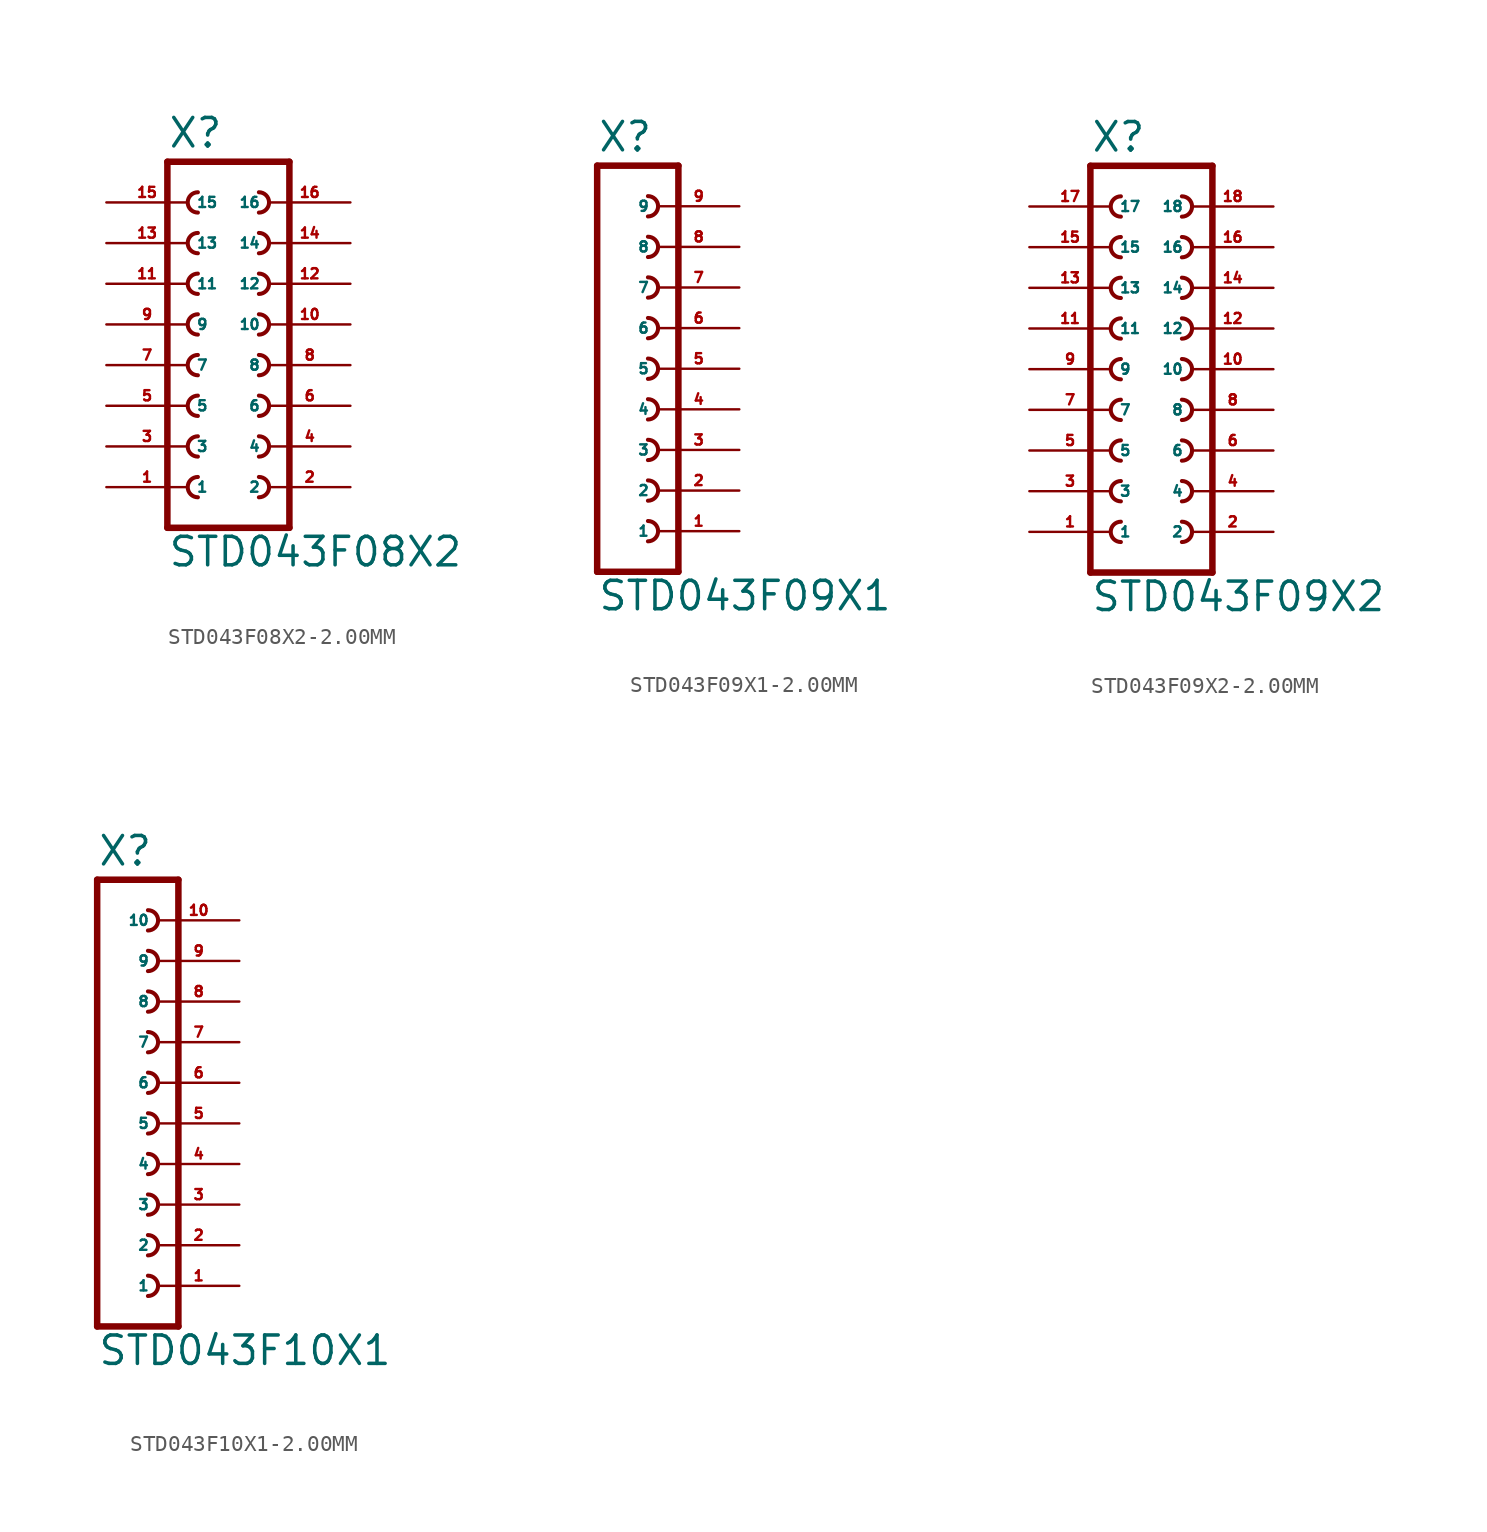
<source format=kicad_sym>
(kicad_symbol_lib
  (version 20220914)
  (generator Eagle2Kicad)
  (symbol "STD043F08X2-2.00MM"
    (property "Reference" "X"
      (at -3.81 13.462 0)
      (effects (font (size 1.778 1.778) (thickness 0.22)) (justify left bottom)))
    (property "Value" "STD043F08X2"
      (at -3.81 -12.7 0)
      (effects (font (size 1.778 1.778) (thickness 0.22)) (justify left bottom)))
    (polyline
      (pts (xy 3.81 -10.16) (xy -3.81 -10.16))
      (stroke (width 0.406) (type default))
      (fill (type none)))
    (arc
      (start -1.905 -1.905)
      (mid -2.540 -2.540)
      (end -1.905 -3.175)
      (stroke (width 0.254) (type default))
      (fill (type none)))
    (arc
      (start -1.905 -4.445)
      (mid -2.540 -5.080)
      (end -1.905 -5.715)
      (stroke (width 0.254) (type default))
      (fill (type none)))
    (arc
      (start -1.905 -6.985)
      (mid -2.540 -7.620)
      (end -1.905 -8.255)
      (stroke (width 0.254) (type default))
      (fill (type none)))
    (arc
      (start 1.905 -3.175)
      (mid 2.540 -2.540)
      (end 1.905 -1.905)
      (stroke (width 0.254) (type default))
      (fill (type none)))
    (arc
      (start 1.905 -5.715)
      (mid 2.540 -5.080)
      (end 1.905 -4.445)
      (stroke (width 0.254) (type default))
      (fill (type none)))
    (arc
      (start 1.905 -8.255)
      (mid 2.540 -7.620)
      (end 1.905 -6.985)
      (stroke (width 0.254) (type default))
      (fill (type none)))
    (arc
      (start -1.905 3.175)
      (mid -2.540 2.540)
      (end -1.905 1.905)
      (stroke (width 0.254) (type default))
      (fill (type none)))
    (arc
      (start -1.905 0.635)
      (mid -2.540 0.000)
      (end -1.905 -0.635)
      (stroke (width 0.254) (type default))
      (fill (type none)))
    (arc
      (start 1.905 1.905)
      (mid 2.540 2.540)
      (end 1.905 3.175)
      (stroke (width 0.254) (type default))
      (fill (type none)))
    (arc
      (start 1.905 -0.635)
      (mid 2.540 0.000)
      (end 1.905 0.635)
      (stroke (width 0.254) (type default))
      (fill (type none)))
    (arc
      (start -1.905 10.795)
      (mid -2.540 10.160)
      (end -1.905 9.525)
      (stroke (width 0.254) (type default))
      (fill (type none)))
    (arc
      (start -1.905 8.255)
      (mid -2.540 7.620)
      (end -1.905 6.985)
      (stroke (width 0.254) (type default))
      (fill (type none)))
    (arc
      (start -1.905 5.715)
      (mid -2.540 5.080)
      (end -1.905 4.445)
      (stroke (width 0.254) (type default))
      (fill (type none)))
    (arc
      (start 1.905 9.525)
      (mid 2.540 10.160)
      (end 1.905 10.795)
      (stroke (width 0.254) (type default))
      (fill (type none)))
    (arc
      (start 1.905 6.985)
      (mid 2.540 7.620)
      (end 1.905 8.255)
      (stroke (width 0.254) (type default))
      (fill (type none)))
    (arc
      (start 1.905 4.445)
      (mid 2.540 5.080)
      (end 1.905 5.715)
      (stroke (width 0.254) (type default))
      (fill (type none)))
    (polyline
      (pts (xy -3.81 12.7) (xy -3.81 -10.16))
      (stroke (width 0.406) (type default))
      (fill (type none)))
    (polyline
      (pts (xy 3.81 -10.16) (xy 3.81 12.7))
      (stroke (width 0.406) (type default))
      (fill (type none)))
    (polyline
      (pts (xy -3.81 12.7) (xy 3.81 12.7))
      (stroke (width 0.406) (type default))
      (fill (type none)))
    (pin passive line
      (at -7.62 -7.62 0)
      (length 5.08)
      (name "1" (effects (font (size 0.635 0.635) (thickness 0.08)) (justify left bottom)))
      (number "1" (effects (font (size 0.635 0.635) (thickness 0.08)) (justify left bottom))))
    (pin passive line
      (at -7.62 -5.08 0)
      (length 5.08)
      (name "3" (effects (font (size 0.635 0.635) (thickness 0.08)) (justify left bottom)))
      (number "3" (effects (font (size 0.635 0.635) (thickness 0.08)) (justify left bottom))))
    (pin passive line
      (at -7.62 -2.54 0)
      (length 5.08)
      (name "5" (effects (font (size 0.635 0.635) (thickness 0.08)) (justify left bottom)))
      (number "5" (effects (font (size 0.635 0.635) (thickness 0.08)) (justify left bottom))))
    (pin passive line
      (at 7.62 -7.62 180)
      (length 5.08)
      (name "2" (effects (font (size 0.635 0.635) (thickness 0.08)) (justify left bottom)))
      (number "2" (effects (font (size 0.635 0.635) (thickness 0.08)) (justify left bottom))))
    (pin passive line
      (at 7.62 -5.08 180)
      (length 5.08)
      (name "4" (effects (font (size 0.635 0.635) (thickness 0.08)) (justify left bottom)))
      (number "4" (effects (font (size 0.635 0.635) (thickness 0.08)) (justify left bottom))))
    (pin passive line
      (at 7.62 -2.54 180)
      (length 5.08)
      (name "6" (effects (font (size 0.635 0.635) (thickness 0.08)) (justify left bottom)))
      (number "6" (effects (font (size 0.635 0.635) (thickness 0.08)) (justify left bottom))))
    (pin passive line
      (at -7.62 0 0)
      (length 5.08)
      (name "7" (effects (font (size 0.635 0.635) (thickness 0.08)) (justify left bottom)))
      (number "7" (effects (font (size 0.635 0.635) (thickness 0.08)) (justify left bottom))))
    (pin passive line
      (at -7.62 2.54 0)
      (length 5.08)
      (name "9" (effects (font (size 0.635 0.635) (thickness 0.08)) (justify left bottom)))
      (number "9" (effects (font (size 0.635 0.635) (thickness 0.08)) (justify left bottom))))
    (pin passive line
      (at 7.62 0 180)
      (length 5.08)
      (name "8" (effects (font (size 0.635 0.635) (thickness 0.08)) (justify left bottom)))
      (number "8" (effects (font (size 0.635 0.635) (thickness 0.08)) (justify left bottom))))
    (pin passive line
      (at 7.62 2.54 180)
      (length 5.08)
      (name "10" (effects (font (size 0.635 0.635) (thickness 0.08)) (justify left bottom)))
      (number "10" (effects (font (size 0.635 0.635) (thickness 0.08)) (justify left bottom))))
    (pin passive line
      (at -7.62 5.08 0)
      (length 5.08)
      (name "11" (effects (font (size 0.635 0.635) (thickness 0.08)) (justify left bottom)))
      (number "11" (effects (font (size 0.635 0.635) (thickness 0.08)) (justify left bottom))))
    (pin passive line
      (at -7.62 7.62 0)
      (length 5.08)
      (name "13" (effects (font (size 0.635 0.635) (thickness 0.08)) (justify left bottom)))
      (number "13" (effects (font (size 0.635 0.635) (thickness 0.08)) (justify left bottom))))
    (pin passive line
      (at -7.62 10.16 0)
      (length 5.08)
      (name "15" (effects (font (size 0.635 0.635) (thickness 0.08)) (justify left bottom)))
      (number "15" (effects (font (size 0.635 0.635) (thickness 0.08)) (justify left bottom))))
    (pin passive line
      (at 7.62 5.08 180)
      (length 5.08)
      (name "12" (effects (font (size 0.635 0.635) (thickness 0.08)) (justify left bottom)))
      (number "12" (effects (font (size 0.635 0.635) (thickness 0.08)) (justify left bottom))))
    (pin passive line
      (at 7.62 7.62 180)
      (length 5.08)
      (name "14" (effects (font (size 0.635 0.635) (thickness 0.08)) (justify left bottom)))
      (number "14" (effects (font (size 0.635 0.635) (thickness 0.08)) (justify left bottom))))
    (pin passive line
      (at 7.62 10.16 180)
      (length 5.08)
      (name "16" (effects (font (size 0.635 0.635) (thickness 0.08)) (justify left bottom)))
      (number "16" (effects (font (size 0.635 0.635) (thickness 0.08)) (justify left bottom)))))
  (symbol "STD043F09X1-2.00MM"
    (property "Reference" "X"
      (at -1.27 13.462 0)
      (effects (font (size 1.778 1.778) (thickness 0.22)) (justify left bottom)))
    (property "Value" "STD043F09X1"
      (at -1.27 -15.24 0)
      (effects (font (size 1.778 1.778) (thickness 0.22)) (justify left bottom)))
    (polyline
      (pts (xy 3.81 -12.7) (xy -1.27 -12.7))
      (stroke (width 0.406) (type default))
      (fill (type none)))
    (arc
      (start 1.905 -5.715)
      (mid 2.540 -5.080)
      (end 1.905 -4.445)
      (stroke (width 0.254) (type default))
      (fill (type none)))
    (arc
      (start 1.905 -8.255)
      (mid 2.540 -7.620)
      (end 1.905 -6.985)
      (stroke (width 0.254) (type default))
      (fill (type none)))
    (arc
      (start 1.905 -10.795)
      (mid 2.540 -10.160)
      (end 1.905 -9.525)
      (stroke (width 0.254) (type default))
      (fill (type none)))
    (polyline
      (pts (xy -1.27 12.7) (xy -1.27 -12.7))
      (stroke (width 0.406) (type default))
      (fill (type none)))
    (polyline
      (pts (xy 3.81 -12.7) (xy 3.81 12.7))
      (stroke (width 0.406) (type default))
      (fill (type none)))
    (polyline
      (pts (xy -1.27 12.7) (xy 3.81 12.7))
      (stroke (width 0.406) (type default))
      (fill (type none)))
    (arc
      (start 1.905 -0.635)
      (mid 2.540 0.000)
      (end 1.905 0.635)
      (stroke (width 0.254) (type default))
      (fill (type none)))
    (arc
      (start 1.905 -3.175)
      (mid 2.540 -2.540)
      (end 1.905 -1.905)
      (stroke (width 0.254) (type default))
      (fill (type none)))
    (arc
      (start 1.905 1.905)
      (mid 2.540 2.540)
      (end 1.905 3.175)
      (stroke (width 0.254) (type default))
      (fill (type none)))
    (arc
      (start 1.905 4.445)
      (mid 2.540 5.080)
      (end 1.905 5.715)
      (stroke (width 0.254) (type default))
      (fill (type none)))
    (arc
      (start 1.905 6.985)
      (mid 2.540 7.620)
      (end 1.905 8.255)
      (stroke (width 0.254) (type default))
      (fill (type none)))
    (arc
      (start 1.905 9.525)
      (mid 2.540 10.160)
      (end 1.905 10.795)
      (stroke (width 0.254) (type default))
      (fill (type none)))
    (pin passive line
      (at 7.62 -10.16 180)
      (length 5.08)
      (name "1" (effects (font (size 0.635 0.635) (thickness 0.08)) (justify left bottom)))
      (number "1" (effects (font (size 0.635 0.635) (thickness 0.08)) (justify left bottom))))
    (pin passive line
      (at 7.62 -7.62 180)
      (length 5.08)
      (name "2" (effects (font (size 0.635 0.635) (thickness 0.08)) (justify left bottom)))
      (number "2" (effects (font (size 0.635 0.635) (thickness 0.08)) (justify left bottom))))
    (pin passive line
      (at 7.62 -5.08 180)
      (length 5.08)
      (name "3" (effects (font (size 0.635 0.635) (thickness 0.08)) (justify left bottom)))
      (number "3" (effects (font (size 0.635 0.635) (thickness 0.08)) (justify left bottom))))
    (pin passive line
      (at 7.62 -2.54 180)
      (length 5.08)
      (name "4" (effects (font (size 0.635 0.635) (thickness 0.08)) (justify left bottom)))
      (number "4" (effects (font (size 0.635 0.635) (thickness 0.08)) (justify left bottom))))
    (pin passive line
      (at 7.62 0 180)
      (length 5.08)
      (name "5" (effects (font (size 0.635 0.635) (thickness 0.08)) (justify left bottom)))
      (number "5" (effects (font (size 0.635 0.635) (thickness 0.08)) (justify left bottom))))
    (pin passive line
      (at 7.62 2.54 180)
      (length 5.08)
      (name "6" (effects (font (size 0.635 0.635) (thickness 0.08)) (justify left bottom)))
      (number "6" (effects (font (size 0.635 0.635) (thickness 0.08)) (justify left bottom))))
    (pin passive line
      (at 7.62 5.08 180)
      (length 5.08)
      (name "7" (effects (font (size 0.635 0.635) (thickness 0.08)) (justify left bottom)))
      (number "7" (effects (font (size 0.635 0.635) (thickness 0.08)) (justify left bottom))))
    (pin passive line
      (at 7.62 7.62 180)
      (length 5.08)
      (name "8" (effects (font (size 0.635 0.635) (thickness 0.08)) (justify left bottom)))
      (number "8" (effects (font (size 0.635 0.635) (thickness 0.08)) (justify left bottom))))
    (pin passive line
      (at 7.62 10.16 180)
      (length 5.08)
      (name "9" (effects (font (size 0.635 0.635) (thickness 0.08)) (justify left bottom)))
      (number "9" (effects (font (size 0.635 0.635) (thickness 0.08)) (justify left bottom)))))
  (symbol "STD043F09X2-2.00MM"
    (property "Reference" "X"
      (at -3.81 13.462 0)
      (effects (font (size 1.778 1.778) (thickness 0.22)) (justify left bottom)))
    (property "Value" "STD043F09X2"
      (at -3.81 -15.24 0)
      (effects (font (size 1.778 1.778) (thickness 0.22)) (justify left bottom)))
    (polyline
      (pts (xy 3.81 -12.7) (xy -3.81 -12.7))
      (stroke (width 0.406) (type default))
      (fill (type none)))
    (arc
      (start -1.905 -4.445)
      (mid -2.540 -5.080)
      (end -1.905 -5.715)
      (stroke (width 0.254) (type default))
      (fill (type none)))
    (arc
      (start -1.905 -6.985)
      (mid -2.540 -7.620)
      (end -1.905 -8.255)
      (stroke (width 0.254) (type default))
      (fill (type none)))
    (arc
      (start -1.905 -9.525)
      (mid -2.540 -10.160)
      (end -1.905 -10.795)
      (stroke (width 0.254) (type default))
      (fill (type none)))
    (arc
      (start 1.905 -5.715)
      (mid 2.540 -5.080)
      (end 1.905 -4.445)
      (stroke (width 0.254) (type default))
      (fill (type none)))
    (arc
      (start 1.905 -8.255)
      (mid 2.540 -7.620)
      (end 1.905 -6.985)
      (stroke (width 0.254) (type default))
      (fill (type none)))
    (arc
      (start 1.905 -10.795)
      (mid 2.540 -10.160)
      (end 1.905 -9.525)
      (stroke (width 0.254) (type default))
      (fill (type none)))
    (arc
      (start -1.905 0.635)
      (mid -2.540 0.000)
      (end -1.905 -0.635)
      (stroke (width 0.254) (type default))
      (fill (type none)))
    (arc
      (start -1.905 -1.905)
      (mid -2.540 -2.540)
      (end -1.905 -3.175)
      (stroke (width 0.254) (type default))
      (fill (type none)))
    (arc
      (start 1.905 -0.635)
      (mid 2.540 0.000)
      (end 1.905 0.635)
      (stroke (width 0.254) (type default))
      (fill (type none)))
    (arc
      (start 1.905 -3.175)
      (mid 2.540 -2.540)
      (end 1.905 -1.905)
      (stroke (width 0.254) (type default))
      (fill (type none)))
    (arc
      (start -1.905 8.255)
      (mid -2.540 7.620)
      (end -1.905 6.985)
      (stroke (width 0.254) (type default))
      (fill (type none)))
    (arc
      (start -1.905 5.715)
      (mid -2.540 5.080)
      (end -1.905 4.445)
      (stroke (width 0.254) (type default))
      (fill (type none)))
    (arc
      (start -1.905 3.175)
      (mid -2.540 2.540)
      (end -1.905 1.905)
      (stroke (width 0.254) (type default))
      (fill (type none)))
    (arc
      (start 1.905 6.985)
      (mid 2.540 7.620)
      (end 1.905 8.255)
      (stroke (width 0.254) (type default))
      (fill (type none)))
    (arc
      (start 1.905 4.445)
      (mid 2.540 5.080)
      (end 1.905 5.715)
      (stroke (width 0.254) (type default))
      (fill (type none)))
    (arc
      (start 1.905 1.905)
      (mid 2.540 2.540)
      (end 1.905 3.175)
      (stroke (width 0.254) (type default))
      (fill (type none)))
    (polyline
      (pts (xy -3.81 12.7) (xy -3.81 -12.7))
      (stroke (width 0.406) (type default))
      (fill (type none)))
    (polyline
      (pts (xy 3.81 -12.7) (xy 3.81 12.7))
      (stroke (width 0.406) (type default))
      (fill (type none)))
    (polyline
      (pts (xy -3.81 12.7) (xy 3.81 12.7))
      (stroke (width 0.406) (type default))
      (fill (type none)))
    (arc
      (start -1.905 10.795)
      (mid -2.540 10.160)
      (end -1.905 9.525)
      (stroke (width 0.254) (type default))
      (fill (type none)))
    (arc
      (start 1.905 9.525)
      (mid 2.540 10.160)
      (end 1.905 10.795)
      (stroke (width 0.254) (type default))
      (fill (type none)))
    (pin passive line
      (at -7.62 -10.16 0)
      (length 5.08)
      (name "1" (effects (font (size 0.635 0.635) (thickness 0.08)) (justify left bottom)))
      (number "1" (effects (font (size 0.635 0.635) (thickness 0.08)) (justify left bottom))))
    (pin passive line
      (at -7.62 -7.62 0)
      (length 5.08)
      (name "3" (effects (font (size 0.635 0.635) (thickness 0.08)) (justify left bottom)))
      (number "3" (effects (font (size 0.635 0.635) (thickness 0.08)) (justify left bottom))))
    (pin passive line
      (at -7.62 -5.08 0)
      (length 5.08)
      (name "5" (effects (font (size 0.635 0.635) (thickness 0.08)) (justify left bottom)))
      (number "5" (effects (font (size 0.635 0.635) (thickness 0.08)) (justify left bottom))))
    (pin passive line
      (at 7.62 -10.16 180)
      (length 5.08)
      (name "2" (effects (font (size 0.635 0.635) (thickness 0.08)) (justify left bottom)))
      (number "2" (effects (font (size 0.635 0.635) (thickness 0.08)) (justify left bottom))))
    (pin passive line
      (at 7.62 -7.62 180)
      (length 5.08)
      (name "4" (effects (font (size 0.635 0.635) (thickness 0.08)) (justify left bottom)))
      (number "4" (effects (font (size 0.635 0.635) (thickness 0.08)) (justify left bottom))))
    (pin passive line
      (at 7.62 -5.08 180)
      (length 5.08)
      (name "6" (effects (font (size 0.635 0.635) (thickness 0.08)) (justify left bottom)))
      (number "6" (effects (font (size 0.635 0.635) (thickness 0.08)) (justify left bottom))))
    (pin passive line
      (at -7.62 -2.54 0)
      (length 5.08)
      (name "7" (effects (font (size 0.635 0.635) (thickness 0.08)) (justify left bottom)))
      (number "7" (effects (font (size 0.635 0.635) (thickness 0.08)) (justify left bottom))))
    (pin passive line
      (at -7.62 0 0)
      (length 5.08)
      (name "9" (effects (font (size 0.635 0.635) (thickness 0.08)) (justify left bottom)))
      (number "9" (effects (font (size 0.635 0.635) (thickness 0.08)) (justify left bottom))))
    (pin passive line
      (at 7.62 -2.54 180)
      (length 5.08)
      (name "8" (effects (font (size 0.635 0.635) (thickness 0.08)) (justify left bottom)))
      (number "8" (effects (font (size 0.635 0.635) (thickness 0.08)) (justify left bottom))))
    (pin passive line
      (at 7.62 0 180)
      (length 5.08)
      (name "10" (effects (font (size 0.635 0.635) (thickness 0.08)) (justify left bottom)))
      (number "10" (effects (font (size 0.635 0.635) (thickness 0.08)) (justify left bottom))))
    (pin passive line
      (at -7.62 2.54 0)
      (length 5.08)
      (name "11" (effects (font (size 0.635 0.635) (thickness 0.08)) (justify left bottom)))
      (number "11" (effects (font (size 0.635 0.635) (thickness 0.08)) (justify left bottom))))
    (pin passive line
      (at -7.62 5.08 0)
      (length 5.08)
      (name "13" (effects (font (size 0.635 0.635) (thickness 0.08)) (justify left bottom)))
      (number "13" (effects (font (size 0.635 0.635) (thickness 0.08)) (justify left bottom))))
    (pin passive line
      (at -7.62 7.62 0)
      (length 5.08)
      (name "15" (effects (font (size 0.635 0.635) (thickness 0.08)) (justify left bottom)))
      (number "15" (effects (font (size 0.635 0.635) (thickness 0.08)) (justify left bottom))))
    (pin passive line
      (at 7.62 2.54 180)
      (length 5.08)
      (name "12" (effects (font (size 0.635 0.635) (thickness 0.08)) (justify left bottom)))
      (number "12" (effects (font (size 0.635 0.635) (thickness 0.08)) (justify left bottom))))
    (pin passive line
      (at 7.62 5.08 180)
      (length 5.08)
      (name "14" (effects (font (size 0.635 0.635) (thickness 0.08)) (justify left bottom)))
      (number "14" (effects (font (size 0.635 0.635) (thickness 0.08)) (justify left bottom))))
    (pin passive line
      (at 7.62 7.62 180)
      (length 5.08)
      (name "16" (effects (font (size 0.635 0.635) (thickness 0.08)) (justify left bottom)))
      (number "16" (effects (font (size 0.635 0.635) (thickness 0.08)) (justify left bottom))))
    (pin passive line
      (at -7.62 10.16 0)
      (length 5.08)
      (name "17" (effects (font (size 0.635 0.635) (thickness 0.08)) (justify left bottom)))
      (number "17" (effects (font (size 0.635 0.635) (thickness 0.08)) (justify left bottom))))
    (pin passive line
      (at 7.62 10.16 180)
      (length 5.08)
      (name "18" (effects (font (size 0.635 0.635) (thickness 0.08)) (justify left bottom)))
      (number "18" (effects (font (size 0.635 0.635) (thickness 0.08)) (justify left bottom)))))
  (symbol "STD043F10X1-2.00MM"
    (property "Reference" "X"
      (at -1.27 16.002 0)
      (effects (font (size 1.778 1.778) (thickness 0.22)) (justify left bottom)))
    (property "Value" "STD043F10X1"
      (at -1.27 -15.24 0)
      (effects (font (size 1.778 1.778) (thickness 0.22)) (justify left bottom)))
    (polyline
      (pts (xy 3.81 -12.7) (xy -1.27 -12.7))
      (stroke (width 0.406) (type default))
      (fill (type none)))
    (arc
      (start 1.905 -5.715)
      (mid 2.540 -5.080)
      (end 1.905 -4.445)
      (stroke (width 0.254) (type default))
      (fill (type none)))
    (arc
      (start 1.905 -8.255)
      (mid 2.540 -7.620)
      (end 1.905 -6.985)
      (stroke (width 0.254) (type default))
      (fill (type none)))
    (arc
      (start 1.905 -10.795)
      (mid 2.540 -10.160)
      (end 1.905 -9.525)
      (stroke (width 0.254) (type default))
      (fill (type none)))
    (arc
      (start 1.905 -0.635)
      (mid 2.540 0.000)
      (end 1.905 0.635)
      (stroke (width 0.254) (type default))
      (fill (type none)))
    (arc
      (start 1.905 -3.175)
      (mid 2.540 -2.540)
      (end 1.905 -1.905)
      (stroke (width 0.254) (type default))
      (fill (type none)))
    (arc
      (start 1.905 6.985)
      (mid 2.540 7.620)
      (end 1.905 8.255)
      (stroke (width 0.254) (type default))
      (fill (type none)))
    (arc
      (start 1.905 4.445)
      (mid 2.540 5.080)
      (end 1.905 5.715)
      (stroke (width 0.254) (type default))
      (fill (type none)))
    (arc
      (start 1.905 1.905)
      (mid 2.540 2.540)
      (end 1.905 3.175)
      (stroke (width 0.254) (type default))
      (fill (type none)))
    (polyline
      (pts (xy -1.27 15.24) (xy -1.27 -12.7))
      (stroke (width 0.406) (type default))
      (fill (type none)))
    (polyline
      (pts (xy 3.81 -12.7) (xy 3.81 15.24))
      (stroke (width 0.406) (type default))
      (fill (type none)))
    (polyline
      (pts (xy -1.27 15.24) (xy 3.81 15.24))
      (stroke (width 0.406) (type default))
      (fill (type none)))
    (arc
      (start 1.905 12.065)
      (mid 2.540 12.700)
      (end 1.905 13.335)
      (stroke (width 0.254) (type default))
      (fill (type none)))
    (arc
      (start 1.905 9.525)
      (mid 2.540 10.160)
      (end 1.905 10.795)
      (stroke (width 0.254) (type default))
      (fill (type none)))
    (pin passive line
      (at 7.62 -10.16 180)
      (length 5.08)
      (name "1" (effects (font (size 0.635 0.635) (thickness 0.08)) (justify left bottom)))
      (number "1" (effects (font (size 0.635 0.635) (thickness 0.08)) (justify left bottom))))
    (pin passive line
      (at 7.62 -7.62 180)
      (length 5.08)
      (name "2" (effects (font (size 0.635 0.635) (thickness 0.08)) (justify left bottom)))
      (number "2" (effects (font (size 0.635 0.635) (thickness 0.08)) (justify left bottom))))
    (pin passive line
      (at 7.62 -5.08 180)
      (length 5.08)
      (name "3" (effects (font (size 0.635 0.635) (thickness 0.08)) (justify left bottom)))
      (number "3" (effects (font (size 0.635 0.635) (thickness 0.08)) (justify left bottom))))
    (pin passive line
      (at 7.62 -2.54 180)
      (length 5.08)
      (name "4" (effects (font (size 0.635 0.635) (thickness 0.08)) (justify left bottom)))
      (number "4" (effects (font (size 0.635 0.635) (thickness 0.08)) (justify left bottom))))
    (pin passive line
      (at 7.62 0 180)
      (length 5.08)
      (name "5" (effects (font (size 0.635 0.635) (thickness 0.08)) (justify left bottom)))
      (number "5" (effects (font (size 0.635 0.635) (thickness 0.08)) (justify left bottom))))
    (pin passive line
      (at 7.62 2.54 180)
      (length 5.08)
      (name "6" (effects (font (size 0.635 0.635) (thickness 0.08)) (justify left bottom)))
      (number "6" (effects (font (size 0.635 0.635) (thickness 0.08)) (justify left bottom))))
    (pin passive line
      (at 7.62 5.08 180)
      (length 5.08)
      (name "7" (effects (font (size 0.635 0.635) (thickness 0.08)) (justify left bottom)))
      (number "7" (effects (font (size 0.635 0.635) (thickness 0.08)) (justify left bottom))))
    (pin passive line
      (at 7.62 7.62 180)
      (length 5.08)
      (name "8" (effects (font (size 0.635 0.635) (thickness 0.08)) (justify left bottom)))
      (number "8" (effects (font (size 0.635 0.635) (thickness 0.08)) (justify left bottom))))
    (pin passive line
      (at 7.62 10.16 180)
      (length 5.08)
      (name "9" (effects (font (size 0.635 0.635) (thickness 0.08)) (justify left bottom)))
      (number "9" (effects (font (size 0.635 0.635) (thickness 0.08)) (justify left bottom))))
    (pin passive line
      (at 7.62 12.7 180)
      (length 5.08)
      (name "10" (effects (font (size 0.635 0.635) (thickness 0.08)) (justify left bottom)))
      (number "10" (effects (font (size 0.635 0.635) (thickness 0.08)) (justify left bottom))))))
</source>
